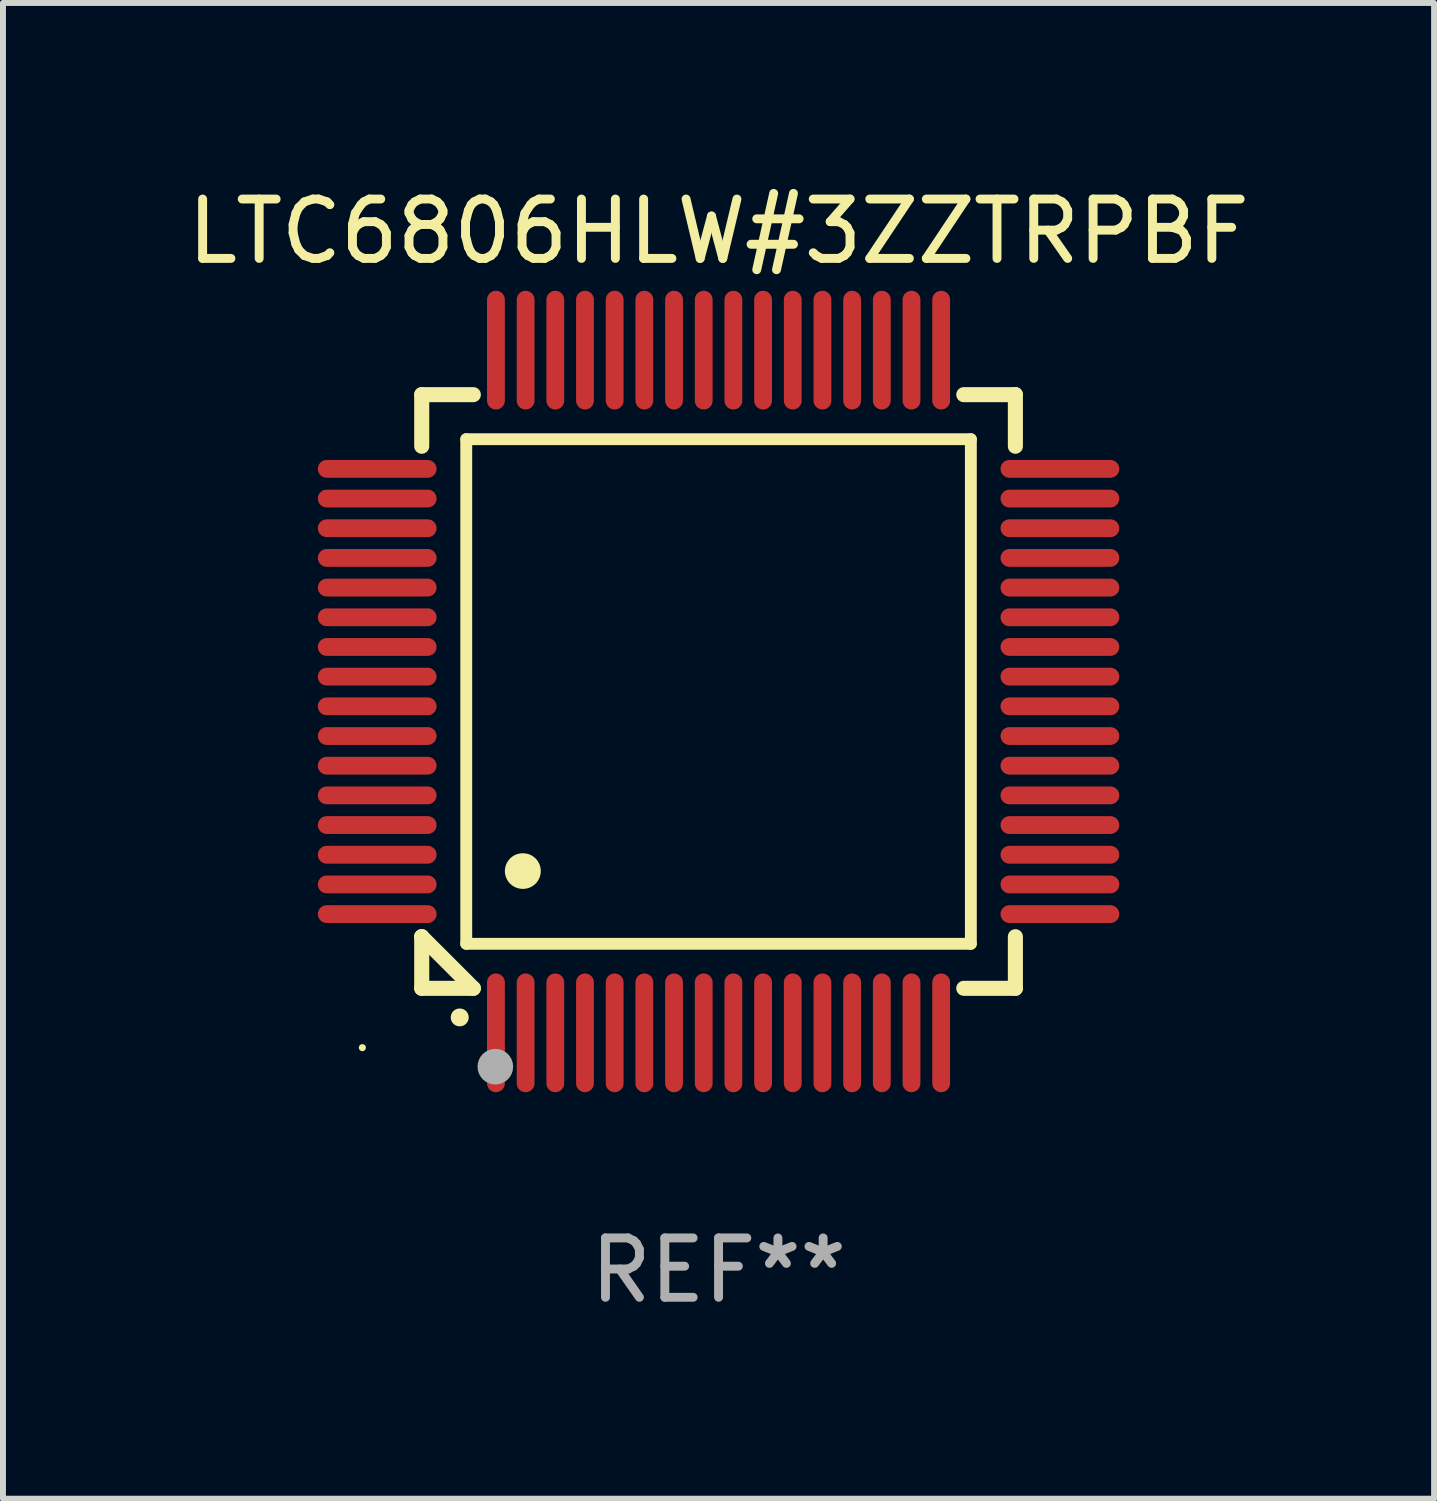
<source format=kicad_pcb>
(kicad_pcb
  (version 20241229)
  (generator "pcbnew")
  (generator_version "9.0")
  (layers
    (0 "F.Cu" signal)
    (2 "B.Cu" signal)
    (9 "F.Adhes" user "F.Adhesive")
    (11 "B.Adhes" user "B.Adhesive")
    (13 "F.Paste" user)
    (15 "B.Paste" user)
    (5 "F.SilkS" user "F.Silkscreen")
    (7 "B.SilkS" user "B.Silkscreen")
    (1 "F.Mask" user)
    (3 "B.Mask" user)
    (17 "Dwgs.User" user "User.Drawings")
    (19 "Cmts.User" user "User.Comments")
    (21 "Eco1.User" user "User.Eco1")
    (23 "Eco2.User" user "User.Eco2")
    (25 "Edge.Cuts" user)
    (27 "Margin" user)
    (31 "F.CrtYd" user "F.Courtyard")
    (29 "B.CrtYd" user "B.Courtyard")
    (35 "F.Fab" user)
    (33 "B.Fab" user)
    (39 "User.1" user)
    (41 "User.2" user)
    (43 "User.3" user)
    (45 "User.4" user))
  (footprint "LTC6806HLW#3ZZTRPBF"
    (layer "F.Cu")
    (at 9.054 8.598)
    (property "Reference" "LTC6806HLW#3ZZTRPBF" (at 0 -7.75 0) (layer "F.SilkS") (effects (font (size 1 1) (thickness 0.15))))
    (attr through_hole)
    (fp_line (start -5 -5) (end -4.131 -5) (stroke (width 0.254) (type solid)) (layer "F.SilkS"))
    (fp_line (start -5 -4.131) (end -5 -5) (stroke (width 0.254) (type solid)) (layer "F.SilkS"))
    (fp_line (start -5 4.131) (end -5 4.131) (stroke (width 0.254) (type solid)) (layer "F.SilkS"))
    (fp_line (start -5 5) (end -5 4.131) (stroke (width 0.254) (type solid)) (layer "F.SilkS"))
    (fp_line (start -5 4.131) (end -4.131 5) (stroke (width 0.254) (type solid)) (layer "F.SilkS"))
    (fp_line (start -4.25 -4.25) (end -4.25 4.25) (stroke (width 0.2) (type solid)) (layer "F.SilkS"))
    (fp_line (start -4.25 4.25) (end 4.25 4.25) (stroke (width 0.2) (type solid)) (layer "F.SilkS"))
    (fp_line (start -4.131 5) (end -5 5) (stroke (width 0.254) (type solid)) (layer "F.SilkS"))
    (fp_line (start 4.25 -4.25) (end -4.25 -4.25) (stroke (width 0.2) (type solid)) (layer "F.SilkS"))
    (fp_line (start 4.25 4.25) (end 4.25 -4.25) (stroke (width 0.2) (type solid)) (layer "F.SilkS"))
    (fp_line (start 5 -5) (end 4.131 -5) (stroke (width 0.254) (type solid)) (layer "F.SilkS"))
    (fp_line (start 5 -5) (end 5 -4.131) (stroke (width 0.254) (type solid)) (layer "F.SilkS"))
    (fp_line (start 5 4.131) (end 5 5) (stroke (width 0.254) (type solid)) (layer "F.SilkS"))
    (fp_line (start 5 5) (end 4.131 5) (stroke (width 0.254) (type solid)) (layer "F.SilkS"))
    (fp_arc (start -4.361265 5.489992) (mid -4.359995 5.489987) (end -4.358725 5.489992) (stroke (width 0.3) (type solid)) (layer "F.SilkS"))
    (fp_arc (start -3.299467 3.025146) (mid -3.296927 3.025135) (end -3.294387 3.025146) (stroke (width 0.6) (type solid)) (layer "F.SilkS"))
    (fp_circle (center -6 6) (end -5.97 6) (stroke (width 0.06) (type solid)) (fill no) (layer "F.SilkS"))
    (fp_circle (center -3.76 6.32) (end -3.61 6.32) (stroke (width 0.3) (type solid)) (fill no) (layer "F.Fab"))
    (fp_text user "REF**" (at 0 9.75 0) (layer "F.Fab") (effects (font (size 1 1) (thickness 0.15))))
    (pad "1" smd oval (at -3.75 5.75) (size 0.3 2) (layers "F.Cu" "F.Mask" "F.Paste"))
    (pad "2" smd oval (at -3.25 5.75) (size 0.3 2) (layers "F.Cu" "F.Mask" "F.Paste"))
    (pad "3" smd oval (at -2.75 5.75) (size 0.3 2) (layers "F.Cu" "F.Mask" "F.Paste"))
    (pad "4" smd oval (at -2.25 5.75) (size 0.3 2) (layers "F.Cu" "F.Mask" "F.Paste"))
    (pad "5" smd oval (at -1.75 5.75) (size 0.3 2) (layers "F.Cu" "F.Mask" "F.Paste"))
    (pad "6" smd oval (at -1.25 5.75) (size 0.3 2) (layers "F.Cu" "F.Mask" "F.Paste"))
    (pad "7" smd oval (at -0.75 5.75) (size 0.3 2) (layers "F.Cu" "F.Mask" "F.Paste"))
    (pad "8" smd oval (at -0.25 5.75) (size 0.3 2) (layers "F.Cu" "F.Mask" "F.Paste"))
    (pad "9" smd oval (at 0.25 5.75) (size 0.3 2) (layers "F.Cu" "F.Mask" "F.Paste"))
    (pad "10" smd oval (at 0.75 5.75) (size 0.3 2) (layers "F.Cu" "F.Mask" "F.Paste"))
    (pad "11" smd oval (at 1.25 5.75) (size 0.3 2) (layers "F.Cu" "F.Mask" "F.Paste"))
    (pad "12" smd oval (at 1.75 5.75) (size 0.3 2) (layers "F.Cu" "F.Mask" "F.Paste"))
    (pad "13" smd oval (at 2.25 5.75) (size 0.3 2) (layers "F.Cu" "F.Mask" "F.Paste"))
    (pad "14" smd oval (at 2.75 5.75) (size 0.3 2) (layers "F.Cu" "F.Mask" "F.Paste"))
    (pad "15" smd oval (at 3.25 5.75) (size 0.3 2) (layers "F.Cu" "F.Mask" "F.Paste"))
    (pad "16" smd oval (at 3.75 5.75) (size 0.3 2) (layers "F.Cu" "F.Mask" "F.Paste"))
    (pad "17" smd oval (at 5.75 3.75) (size 2 0.3) (layers "F.Cu" "F.Mask" "F.Paste"))
    (pad "18" smd oval (at 5.75 3.25) (size 2 0.3) (layers "F.Cu" "F.Mask" "F.Paste"))
    (pad "19" smd oval (at 5.75 2.75) (size 2 0.3) (layers "F.Cu" "F.Mask" "F.Paste"))
    (pad "20" smd oval (at 5.75 2.25) (size 2 0.3) (layers "F.Cu" "F.Mask" "F.Paste"))
    (pad "21" smd oval (at 5.75 1.75) (size 2 0.3) (layers "F.Cu" "F.Mask" "F.Paste"))
    (pad "22" smd oval (at 5.75 1.25) (size 2 0.3) (layers "F.Cu" "F.Mask" "F.Paste"))
    (pad "23" smd oval (at 5.75 0.75) (size 2 0.3) (layers "F.Cu" "F.Mask" "F.Paste"))
    (pad "24" smd oval (at 5.75 0.25) (size 2 0.3) (layers "F.Cu" "F.Mask" "F.Paste"))
    (pad "25" smd oval (at 5.75 -0.25) (size 2 0.3) (layers "F.Cu" "F.Mask" "F.Paste"))
    (pad "26" smd oval (at 5.75 -0.75) (size 2 0.3) (layers "F.Cu" "F.Mask" "F.Paste"))
    (pad "27" smd oval (at 5.75 -1.25) (size 2 0.3) (layers "F.Cu" "F.Mask" "F.Paste"))
    (pad "28" smd oval (at 5.75 -1.75) (size 2 0.3) (layers "F.Cu" "F.Mask" "F.Paste"))
    (pad "29" smd oval (at 5.75 -2.25) (size 2 0.3) (layers "F.Cu" "F.Mask" "F.Paste"))
    (pad "30" smd oval (at 5.75 -2.75) (size 2 0.3) (layers "F.Cu" "F.Mask" "F.Paste"))
    (pad "31" smd oval (at 5.75 -3.25) (size 2 0.3) (layers "F.Cu" "F.Mask" "F.Paste"))
    (pad "32" smd oval (at 5.75 -3.75) (size 2 0.3) (layers "F.Cu" "F.Mask" "F.Paste"))
    (pad "33" smd oval (at 3.75 -5.75) (size 0.3 2) (layers "F.Cu" "F.Mask" "F.Paste"))
    (pad "34" smd oval (at 3.25 -5.75) (size 0.3 2) (layers "F.Cu" "F.Mask" "F.Paste"))
    (pad "35" smd oval (at 2.75 -5.75) (size 0.3 2) (layers "F.Cu" "F.Mask" "F.Paste"))
    (pad "36" smd oval (at 2.25 -5.75) (size 0.3 2) (layers "F.Cu" "F.Mask" "F.Paste"))
    (pad "37" smd oval (at 1.75 -5.75) (size 0.3 2) (layers "F.Cu" "F.Mask" "F.Paste"))
    (pad "38" smd oval (at 1.25 -5.75) (size 0.3 2) (layers "F.Cu" "F.Mask" "F.Paste"))
    (pad "39" smd oval (at 0.75 -5.75) (size 0.3 2) (layers "F.Cu" "F.Mask" "F.Paste"))
    (pad "40" smd oval (at 0.25 -5.75) (size 0.3 2) (layers "F.Cu" "F.Mask" "F.Paste"))
    (pad "41" smd oval (at -0.25 -5.75) (size 0.3 2) (layers "F.Cu" "F.Mask" "F.Paste"))
    (pad "42" smd oval (at -0.75 -5.75) (size 0.3 2) (layers "F.Cu" "F.Mask" "F.Paste"))
    (pad "43" smd oval (at -1.25 -5.75) (size 0.3 2) (layers "F.Cu" "F.Mask" "F.Paste"))
    (pad "44" smd oval (at -1.75 -5.75) (size 0.3 2) (layers "F.Cu" "F.Mask" "F.Paste"))
    (pad "45" smd oval (at -2.25 -5.75) (size 0.3 2) (layers "F.Cu" "F.Mask" "F.Paste"))
    (pad "46" smd oval (at -2.75 -5.75) (size 0.3 2) (layers "F.Cu" "F.Mask" "F.Paste"))
    (pad "47" smd oval (at -3.25 -5.75) (size 0.3 2) (layers "F.Cu" "F.Mask" "F.Paste"))
    (pad "48" smd oval (at -3.75 -5.75) (size 0.3 2) (layers "F.Cu" "F.Mask" "F.Paste"))
    (pad "49" smd oval (at -5.75 -3.75) (size 2 0.3) (layers "F.Cu" "F.Mask" "F.Paste"))
    (pad "50" smd oval (at -5.75 -3.25) (size 2 0.3) (layers "F.Cu" "F.Mask" "F.Paste"))
    (pad "51" smd oval (at -5.75 -2.75) (size 2 0.3) (layers "F.Cu" "F.Mask" "F.Paste"))
    (pad "52" smd oval (at -5.75 -2.25) (size 2 0.3) (layers "F.Cu" "F.Mask" "F.Paste"))
    (pad "53" smd oval (at -5.75 -1.75) (size 2 0.3) (layers "F.Cu" "F.Mask" "F.Paste"))
    (pad "54" smd oval (at -5.75 -1.25) (size 2 0.3) (layers "F.Cu" "F.Mask" "F.Paste"))
    (pad "55" smd oval (at -5.75 -0.75) (size 2 0.3) (layers "F.Cu" "F.Mask" "F.Paste"))
    (pad "56" smd oval (at -5.75 -0.25) (size 2 0.3) (layers "F.Cu" "F.Mask" "F.Paste"))
    (pad "57" smd oval (at -5.75 0.25) (size 2 0.3) (layers "F.Cu" "F.Mask" "F.Paste"))
    (pad "58" smd oval (at -5.75 0.75) (size 2 0.3) (layers "F.Cu" "F.Mask" "F.Paste"))
    (pad "59" smd oval (at -5.75 1.25) (size 2 0.3) (layers "F.Cu" "F.Mask" "F.Paste"))
    (pad "60" smd oval (at -5.75 1.75) (size 2 0.3) (layers "F.Cu" "F.Mask" "F.Paste"))
    (pad "61" smd oval (at -5.75 2.25) (size 2 0.3) (layers "F.Cu" "F.Mask" "F.Paste"))
    (pad "62" smd oval (at -5.75 2.75) (size 2 0.3) (layers "F.Cu" "F.Mask" "F.Paste"))
    (pad "63" smd oval (at -5.75 3.25) (size 2 0.3) (layers "F.Cu" "F.Mask" "F.Paste"))
    (pad "64" smd oval (at -5.75 3.75) (size 2 0.3) (layers "F.Cu" "F.Mask" "F.Paste")))
  (gr_rect
    (start -3 -3)
    (end 21.107 22.196)
    (stroke (width 0.1) (type default))
    (fill no)
    (layer "Edge.Cuts")))
</source>
